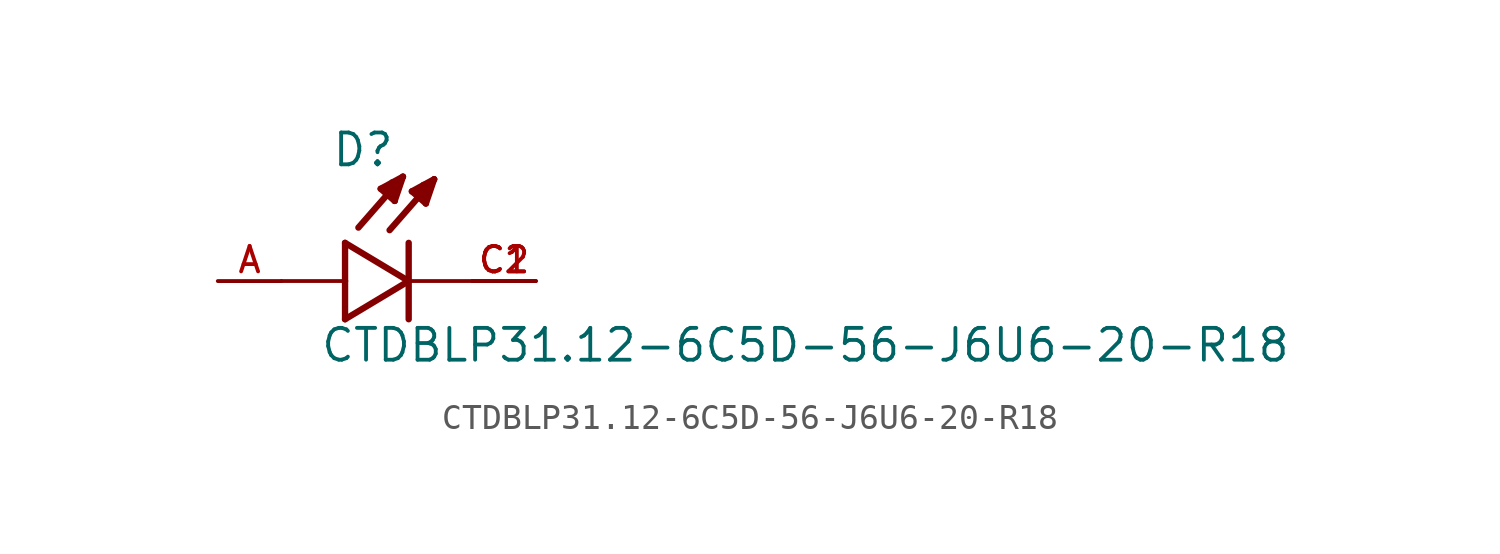
<source format=kicad_sym>
(kicad_symbol_lib
  (version 20211014)
  (generator kicad_symbol_editor)
  (symbol "CTDBLP31.12-6C5D-56-J6U6-20-R18"
    (pin_names
      (offset 1.016))
    (property "Reference" "D"
      (at -3.099 4.496 0)
      (effects (font (size 1.27 1.27)) (justify bottom left)))
    (property "Value" "CTDBLP31.12-6C5D-56-J6U6-20-R18"
      (at -3.556 -3.302 0)
      (effects (font (size 1.27 1.27)) (justify bottom left)))
    (symbol "CTDBLP31.12-6C5D-56-J6U6-20-R18_0_0"
      (polyline (pts (xy -2.54 1.524) (xy -2.54 0.0)) (stroke (width 0.254)))
      (polyline (pts (xy -2.54 0.0) (xy -2.54 -1.524)) (stroke (width 0.254)))
      (polyline (pts (xy -2.54 -1.524) (xy 0.0 0.0)) (stroke (width 0.254)))
      (polyline (pts (xy 0.0 0.0) (xy -2.54 1.524)) (stroke (width 0.254)))
      (polyline (pts (xy 0.0 1.524) (xy 0.0 0.0)) (stroke (width 0.254)))
      (polyline (pts (xy 0.0 0.0) (xy 0.0 -1.524)) (stroke (width 0.254)))
      (polyline (pts (xy -2.54 0.0) (xy -5.08 0.0)) (stroke (width 0.152)))
      (polyline (pts (xy 1.016 4.064) (xy -0.762 2.032)) (stroke (width 0.254)))
      (polyline (pts (xy 0.686 3.099) (xy 0.127 3.581)) (stroke (width 0.254)))
      (polyline (pts (xy 0.127 3.581) (xy 1.016 4.064)) (stroke (width 0.254)))
      (polyline (pts (xy 1.016 4.064) (xy 0.686 3.099)) (stroke (width 0.254)))
      (polyline (pts (xy 0.686 3.099) (xy 0.711 3.835)) (stroke (width 0.254)))
      (polyline (pts (xy 0.711 3.835) (xy 0.584 3.835)) (stroke (width 0.254)))
      (polyline (pts (xy 0.305 3.505) (xy 0.533 3.658)) (stroke (width 0.254)))
      (polyline (pts (xy -0.229 4.166) (xy -2.007 2.134)) (stroke (width 0.254)))
      (polyline (pts (xy -0.559 3.2) (xy -1.118 3.683)) (stroke (width 0.254)))
      (polyline (pts (xy -1.118 3.683) (xy -0.229 4.166)) (stroke (width 0.254)))
      (polyline (pts (xy -0.229 4.166) (xy -0.559 3.2)) (stroke (width 0.254)))
      (polyline (pts (xy -0.559 3.2) (xy -0.533 3.937)) (stroke (width 0.254)))
      (polyline (pts (xy -0.533 3.937) (xy -0.66 3.937)) (stroke (width 0.254)))
      (polyline (pts (xy -0.94 3.607) (xy -0.711 3.759)) (stroke (width 0.254)))
      (polyline (pts (xy 2.54 0.0) (xy 0.0 0.0)) (stroke (width 0.152)))
      (pin passive line (at 5.08 0.0 180.0) (length 2.54) (name "~" (effects (font (size 1.016 1.016)))) (number "C1" (effects (font (size 1.016 1.016)))))
      (pin passive line (at 5.08 0.0 180.0) (length 2.54) (name "~" (effects (font (size 1.016 1.016)))) (number "C2" (effects (font (size 1.016 1.016)))))
      (pin passive line (at -7.62 0.0 0) (length 2.54) (name "~" (effects (font (size 1.016 1.016)))) (number "A" (effects (font (size 1.016 1.016))))))))
</source>
